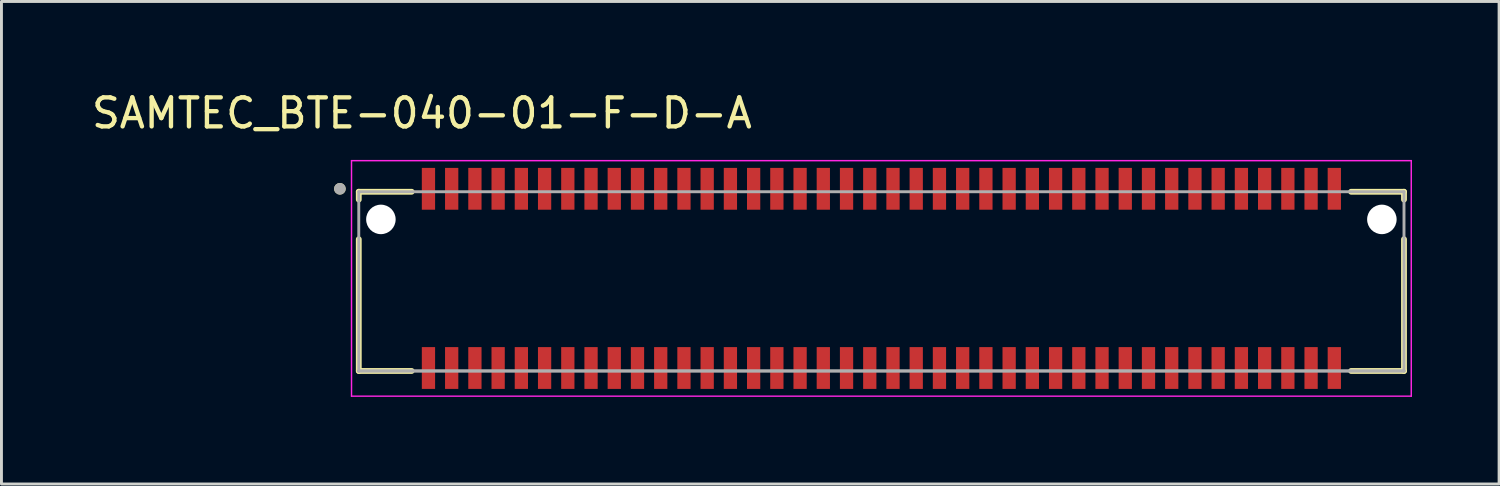
<source format=kicad_pcb>
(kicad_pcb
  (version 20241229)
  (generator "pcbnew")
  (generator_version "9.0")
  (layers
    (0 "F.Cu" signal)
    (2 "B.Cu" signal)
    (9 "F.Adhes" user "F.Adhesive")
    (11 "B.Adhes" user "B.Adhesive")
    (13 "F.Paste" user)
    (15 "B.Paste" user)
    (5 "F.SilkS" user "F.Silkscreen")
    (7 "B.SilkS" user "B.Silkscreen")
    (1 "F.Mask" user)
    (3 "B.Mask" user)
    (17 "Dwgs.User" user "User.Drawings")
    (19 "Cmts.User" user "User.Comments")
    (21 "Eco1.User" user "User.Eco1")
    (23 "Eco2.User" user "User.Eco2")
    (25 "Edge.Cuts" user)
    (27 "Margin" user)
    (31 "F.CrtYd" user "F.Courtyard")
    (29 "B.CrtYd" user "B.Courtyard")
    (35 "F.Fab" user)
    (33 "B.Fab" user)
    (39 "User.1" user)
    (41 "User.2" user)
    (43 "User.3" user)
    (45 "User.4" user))
  (footprint "SAMTEC_BTE-040-01-F-D-A"
    (layer "F.Cu")
    (at 27.307 6.539)
    (property "Reference" "SAMTEC_BTE-040-01-F-D-A" (at -15.825 -5.691 0) (layer "F.SilkS") (effects (font (size 1 1) (thickness 0.15))))
    (attr smd)
    (fp_line (start -18 -2.985) (end -18 -2.715) (stroke (width 0.2) (type solid)) (layer "F.SilkS"))
    (fp_line (start -18 -2.985) (end -16.178 -2.985) (stroke (width 0.2) (type solid)) (layer "F.SilkS"))
    (fp_line (start -18 -1.349) (end -18 3.188) (stroke (width 0.2) (type solid)) (layer "F.SilkS"))
    (fp_line (start -16.178 3.188) (end -18 3.188) (stroke (width 0.2) (type solid)) (layer "F.SilkS"))
    (fp_line (start 16.178 -2.985) (end 18 -2.985) (stroke (width 0.2) (type solid)) (layer "F.SilkS"))
    (fp_line (start 16.178 3.188) (end 18 3.188) (stroke (width 0.2) (type solid)) (layer "F.SilkS"))
    (fp_line (start 18 -2.715) (end 18 -2.985) (stroke (width 0.2) (type solid)) (layer "F.SilkS"))
    (fp_line (start 18 3.188) (end 18 -1.349) (stroke (width 0.2) (type solid)) (layer "F.SilkS"))
    (fp_circle (center -18.65 -3.086) (end -18.55 -3.086) (stroke (width 0.2) (type solid)) (fill no) (layer "F.SilkS"))
    (fp_line (start -18.25 -4.056) (end 18.25 -4.056) (stroke (width 0.05) (type solid)) (layer "F.CrtYd"))
    (fp_line (start -18.25 4.056) (end -18.25 -4.056) (stroke (width 0.05) (type solid)) (layer "F.CrtYd"))
    (fp_line (start 18.25 -4.056) (end 18.25 4.056) (stroke (width 0.05) (type solid)) (layer "F.CrtYd"))
    (fp_line (start 18.25 4.056) (end -18.25 4.056) (stroke (width 0.05) (type solid)) (layer "F.CrtYd"))
    (fp_line (start -18 -2.985) (end 18 -2.985) (stroke (width 0.1) (type solid)) (layer "F.Fab"))
    (fp_line (start -18 3.188) (end -18 -2.985) (stroke (width 0.1) (type solid)) (layer "F.Fab"))
    (fp_line (start -18 3.188) (end -18 3.188) (stroke (width 0.1) (type solid)) (layer "F.Fab"))
    (fp_line (start -18 3.188) (end 18 3.188) (stroke (width 0.1) (type solid)) (layer "F.Fab"))
    (fp_line (start 18 -2.985) (end 18 3.188) (stroke (width 0.1) (type solid)) (layer "F.Fab"))
    (fp_line (start 18 3.188) (end -18 3.188) (stroke (width 0.1) (type solid)) (layer "F.Fab"))
    (fp_line (start 18 3.188) (end 18 3.188) (stroke (width 0.1) (type solid)) (layer "F.Fab"))
    (fp_circle (center -18.65 -3.086) (end -18.55 -3.086) (stroke (width 0.2) (type solid)) (fill no) (layer "F.Fab"))
    (pad "" np_thru_hole circle (at -17.238 -2.032) (size 1.016 1.016) (drill 1.016) (layers "*.Cu" "*.Mask"))
    (pad "" np_thru_hole circle (at 17.238 -2.032) (size 1.016 1.016) (drill 1.016) (layers "*.Cu" "*.Mask"))
    (pad "01" smd rect (at -15.6 -3.086) (size 0.457 1.44) (layers "F.Cu" "F.Mask" "F.Paste"))
    (pad "02" smd rect (at -15.6 3.086) (size 0.457 1.44) (layers "F.Cu" "F.Mask" "F.Paste"))
    (pad "03" smd rect (at -14.8 -3.086) (size 0.457 1.44) (layers "F.Cu" "F.Mask" "F.Paste"))
    (pad "04" smd rect (at -14.8 3.086) (size 0.457 1.44) (layers "F.Cu" "F.Mask" "F.Paste"))
    (pad "05" smd rect (at -14 -3.086) (size 0.457 1.44) (layers "F.Cu" "F.Mask" "F.Paste"))
    (pad "06" smd rect (at -14 3.086) (size 0.457 1.44) (layers "F.Cu" "F.Mask" "F.Paste"))
    (pad "07" smd rect (at -13.2 -3.086) (size 0.457 1.44) (layers "F.Cu" "F.Mask" "F.Paste"))
    (pad "08" smd rect (at -13.2 3.086) (size 0.457 1.44) (layers "F.Cu" "F.Mask" "F.Paste"))
    (pad "09" smd rect (at -12.4 -3.086) (size 0.457 1.44) (layers "F.Cu" "F.Mask" "F.Paste"))
    (pad "10" smd rect (at -12.4 3.086) (size 0.457 1.44) (layers "F.Cu" "F.Mask" "F.Paste"))
    (pad "11" smd rect (at -11.6 -3.086) (size 0.457 1.44) (layers "F.Cu" "F.Mask" "F.Paste"))
    (pad "12" smd rect (at -11.6 3.086) (size 0.457 1.44) (layers "F.Cu" "F.Mask" "F.Paste"))
    (pad "13" smd rect (at -10.8 -3.086) (size 0.457 1.44) (layers "F.Cu" "F.Mask" "F.Paste"))
    (pad "14" smd rect (at -10.8 3.086) (size 0.457 1.44) (layers "F.Cu" "F.Mask" "F.Paste"))
    (pad "15" smd rect (at -10 -3.086) (size 0.457 1.44) (layers "F.Cu" "F.Mask" "F.Paste"))
    (pad "16" smd rect (at -10 3.086) (size 0.457 1.44) (layers "F.Cu" "F.Mask" "F.Paste"))
    (pad "17" smd rect (at -9.2 -3.086) (size 0.457 1.44) (layers "F.Cu" "F.Mask" "F.Paste"))
    (pad "18" smd rect (at -9.2 3.086) (size 0.457 1.44) (layers "F.Cu" "F.Mask" "F.Paste"))
    (pad "19" smd rect (at -8.4 -3.086) (size 0.457 1.44) (layers "F.Cu" "F.Mask" "F.Paste"))
    (pad "20" smd rect (at -8.4 3.086) (size 0.457 1.44) (layers "F.Cu" "F.Mask" "F.Paste"))
    (pad "21" smd rect (at -7.6 -3.086) (size 0.457 1.44) (layers "F.Cu" "F.Mask" "F.Paste"))
    (pad "22" smd rect (at -7.6 3.086) (size 0.457 1.44) (layers "F.Cu" "F.Mask" "F.Paste"))
    (pad "23" smd rect (at -6.8 -3.086) (size 0.457 1.44) (layers "F.Cu" "F.Mask" "F.Paste"))
    (pad "24" smd rect (at -6.8 3.086) (size 0.457 1.44) (layers "F.Cu" "F.Mask" "F.Paste"))
    (pad "25" smd rect (at -6 -3.086) (size 0.457 1.44) (layers "F.Cu" "F.Mask" "F.Paste"))
    (pad "26" smd rect (at -6 3.086) (size 0.457 1.44) (layers "F.Cu" "F.Mask" "F.Paste"))
    (pad "27" smd rect (at -5.2 -3.086) (size 0.457 1.44) (layers "F.Cu" "F.Mask" "F.Paste"))
    (pad "28" smd rect (at -5.2 3.086) (size 0.457 1.44) (layers "F.Cu" "F.Mask" "F.Paste"))
    (pad "29" smd rect (at -4.4 -3.086) (size 0.457 1.44) (layers "F.Cu" "F.Mask" "F.Paste"))
    (pad "30" smd rect (at -4.4 3.086) (size 0.457 1.44) (layers "F.Cu" "F.Mask" "F.Paste"))
    (pad "31" smd rect (at -3.6 -3.086) (size 0.457 1.44) (layers "F.Cu" "F.Mask" "F.Paste"))
    (pad "32" smd rect (at -3.6 3.086) (size 0.457 1.44) (layers "F.Cu" "F.Mask" "F.Paste"))
    (pad "33" smd rect (at -2.8 -3.086) (size 0.457 1.44) (layers "F.Cu" "F.Mask" "F.Paste"))
    (pad "34" smd rect (at -2.8 3.086) (size 0.457 1.44) (layers "F.Cu" "F.Mask" "F.Paste"))
    (pad "35" smd rect (at -2 -3.086) (size 0.457 1.44) (layers "F.Cu" "F.Mask" "F.Paste"))
    (pad "36" smd rect (at -2 3.086) (size 0.457 1.44) (layers "F.Cu" "F.Mask" "F.Paste"))
    (pad "37" smd rect (at -1.2 -3.086) (size 0.457 1.44) (layers "F.Cu" "F.Mask" "F.Paste"))
    (pad "38" smd rect (at -1.2 3.086) (size 0.457 1.44) (layers "F.Cu" "F.Mask" "F.Paste"))
    (pad "39" smd rect (at -0.4 -3.086) (size 0.457 1.44) (layers "F.Cu" "F.Mask" "F.Paste"))
    (pad "40" smd rect (at -0.4 3.086) (size 0.457 1.44) (layers "F.Cu" "F.Mask" "F.Paste"))
    (pad "41" smd rect (at 0.4 -3.086) (size 0.457 1.44) (layers "F.Cu" "F.Mask" "F.Paste"))
    (pad "42" smd rect (at 0.4 3.086) (size 0.457 1.44) (layers "F.Cu" "F.Mask" "F.Paste"))
    (pad "43" smd rect (at 1.2 -3.086) (size 0.457 1.44) (layers "F.Cu" "F.Mask" "F.Paste"))
    (pad "44" smd rect (at 1.2 3.086) (size 0.457 1.44) (layers "F.Cu" "F.Mask" "F.Paste"))
    (pad "45" smd rect (at 2 -3.086) (size 0.457 1.44) (layers "F.Cu" "F.Mask" "F.Paste"))
    (pad "46" smd rect (at 2 3.086) (size 0.457 1.44) (layers "F.Cu" "F.Mask" "F.Paste"))
    (pad "47" smd rect (at 2.8 -3.086) (size 0.457 1.44) (layers "F.Cu" "F.Mask" "F.Paste"))
    (pad "48" smd rect (at 2.8 3.086) (size 0.457 1.44) (layers "F.Cu" "F.Mask" "F.Paste"))
    (pad "49" smd rect (at 3.6 -3.086) (size 0.457 1.44) (layers "F.Cu" "F.Mask" "F.Paste"))
    (pad "50" smd rect (at 3.6 3.086) (size 0.457 1.44) (layers "F.Cu" "F.Mask" "F.Paste"))
    (pad "51" smd rect (at 4.4 -3.086) (size 0.457 1.44) (layers "F.Cu" "F.Mask" "F.Paste"))
    (pad "52" smd rect (at 4.4 3.086) (size 0.457 1.44) (layers "F.Cu" "F.Mask" "F.Paste"))
    (pad "53" smd rect (at 5.2 -3.086) (size 0.457 1.44) (layers "F.Cu" "F.Mask" "F.Paste"))
    (pad "54" smd rect (at 5.2 3.086) (size 0.457 1.44) (layers "F.Cu" "F.Mask" "F.Paste"))
    (pad "55" smd rect (at 6 -3.086) (size 0.457 1.44) (layers "F.Cu" "F.Mask" "F.Paste"))
    (pad "56" smd rect (at 6 3.086) (size 0.457 1.44) (layers "F.Cu" "F.Mask" "F.Paste"))
    (pad "57" smd rect (at 6.8 -3.086) (size 0.457 1.44) (layers "F.Cu" "F.Mask" "F.Paste"))
    (pad "58" smd rect (at 6.8 3.086) (size 0.457 1.44) (layers "F.Cu" "F.Mask" "F.Paste"))
    (pad "59" smd rect (at 7.6 -3.086) (size 0.457 1.44) (layers "F.Cu" "F.Mask" "F.Paste"))
    (pad "60" smd rect (at 7.6 3.086) (size 0.457 1.44) (layers "F.Cu" "F.Mask" "F.Paste"))
    (pad "61" smd rect (at 8.4 -3.086) (size 0.457 1.44) (layers "F.Cu" "F.Mask" "F.Paste"))
    (pad "62" smd rect (at 8.4 3.086) (size 0.457 1.44) (layers "F.Cu" "F.Mask" "F.Paste"))
    (pad "63" smd rect (at 9.2 -3.086) (size 0.457 1.44) (layers "F.Cu" "F.Mask" "F.Paste"))
    (pad "64" smd rect (at 9.2 3.086) (size 0.457 1.44) (layers "F.Cu" "F.Mask" "F.Paste"))
    (pad "65" smd rect (at 10 -3.086) (size 0.457 1.44) (layers "F.Cu" "F.Mask" "F.Paste"))
    (pad "66" smd rect (at 10 3.086) (size 0.457 1.44) (layers "F.Cu" "F.Mask" "F.Paste"))
    (pad "67" smd rect (at 10.8 -3.086) (size 0.457 1.44) (layers "F.Cu" "F.Mask" "F.Paste"))
    (pad "68" smd rect (at 10.8 3.086) (size 0.457 1.44) (layers "F.Cu" "F.Mask" "F.Paste"))
    (pad "69" smd rect (at 11.6 -3.086) (size 0.457 1.44) (layers "F.Cu" "F.Mask" "F.Paste"))
    (pad "70" smd rect (at 11.6 3.086) (size 0.457 1.44) (layers "F.Cu" "F.Mask" "F.Paste"))
    (pad "71" smd rect (at 12.4 -3.086) (size 0.457 1.44) (layers "F.Cu" "F.Mask" "F.Paste"))
    (pad "72" smd rect (at 12.4 3.086) (size 0.457 1.44) (layers "F.Cu" "F.Mask" "F.Paste"))
    (pad "73" smd rect (at 13.2 -3.086) (size 0.457 1.44) (layers "F.Cu" "F.Mask" "F.Paste"))
    (pad "74" smd rect (at 13.2 3.086) (size 0.457 1.44) (layers "F.Cu" "F.Mask" "F.Paste"))
    (pad "75" smd rect (at 14 -3.086) (size 0.457 1.44) (layers "F.Cu" "F.Mask" "F.Paste"))
    (pad "76" smd rect (at 14 3.086) (size 0.457 1.44) (layers "F.Cu" "F.Mask" "F.Paste"))
    (pad "77" smd rect (at 14.8 -3.086) (size 0.457 1.44) (layers "F.Cu" "F.Mask" "F.Paste"))
    (pad "78" smd rect (at 14.8 3.086) (size 0.457 1.44) (layers "F.Cu" "F.Mask" "F.Paste"))
    (pad "79" smd rect (at 15.6 -3.086) (size 0.457 1.44) (layers "F.Cu" "F.Mask" "F.Paste"))
    (pad "80" smd rect (at 15.6 3.086) (size 0.457 1.44) (layers "F.Cu" "F.Mask" "F.Paste")))
  (gr_rect
    (start -3 -3)
    (end 48.582 13.62)
    (stroke (width 0.1) (type default))
    (fill no)
    (layer "Edge.Cuts")))
</source>
